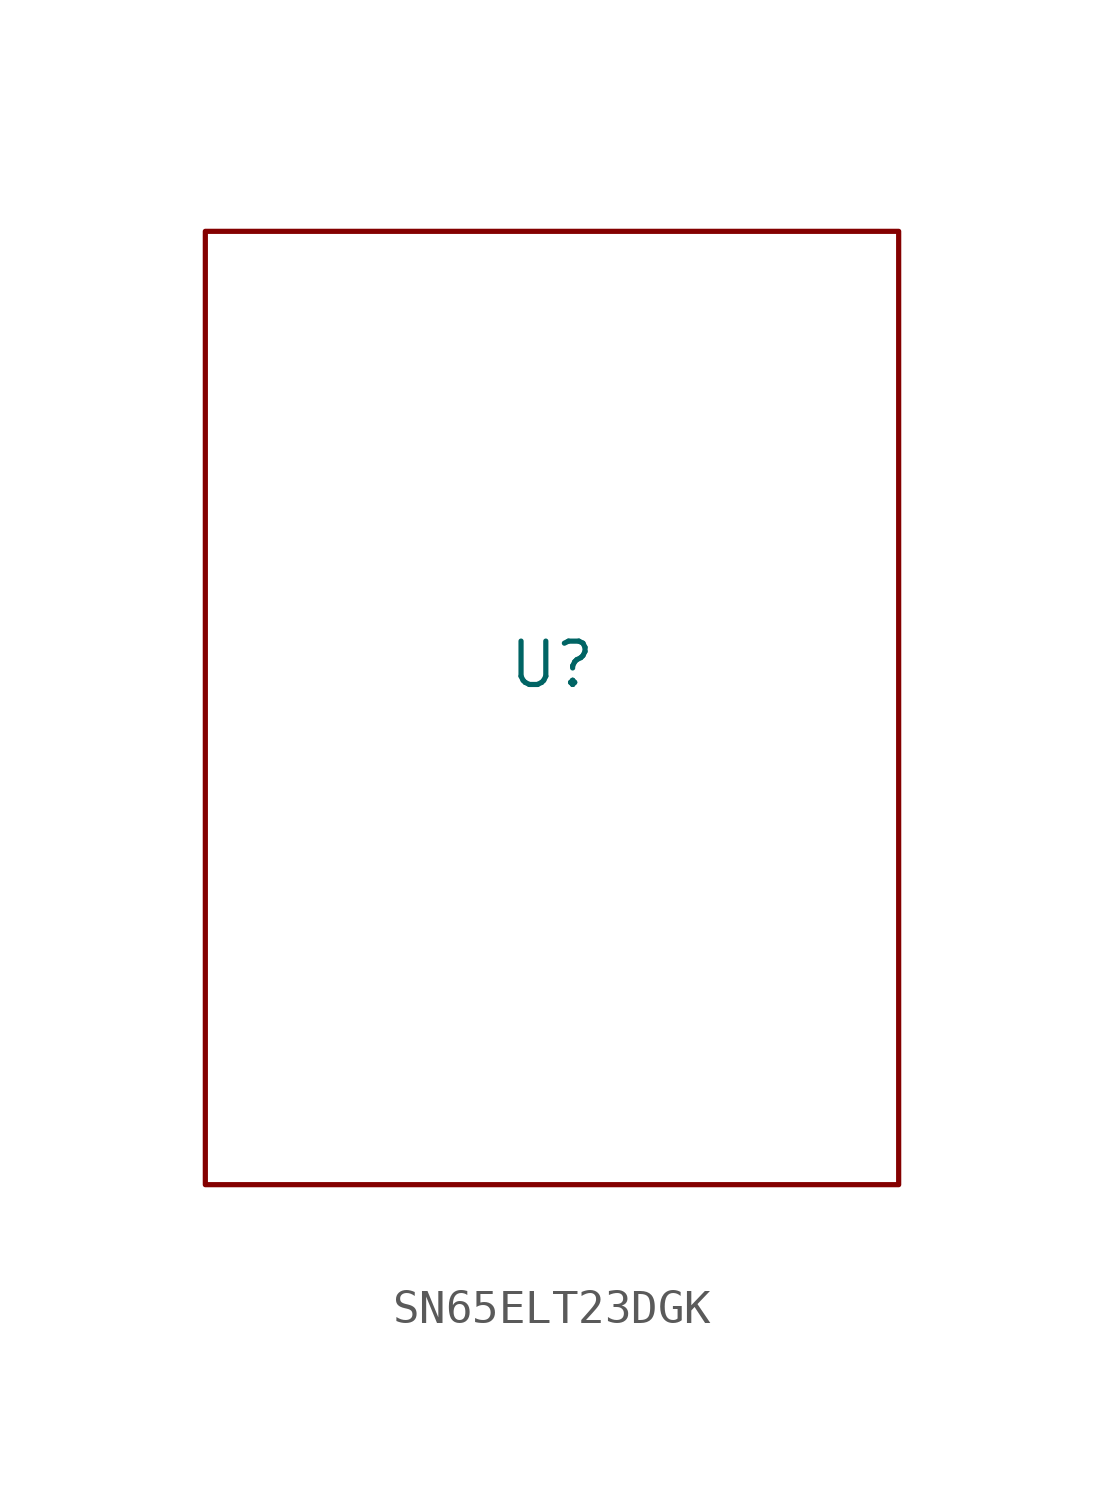
<source format=kicad_sym>
(kicad_symbol_lib
  (version 20220914)
  (generator kicad_symbol_editor)
  (symbol "SN65ELT23DGK"
    (property "Reference" "U"
      (at 0 0 0)
      (effects (font (size 1.27 1.27))))
    (property "Value" ""
      (at 0 0 0)
      (effects (font (size 1.27 1.27))))
    (symbol "SN65ELT23DGK_0_1"
      (rectangle (start -10.16 12.7) (end 10.16 -15.24) (stroke (width 0) (type default)) (fill (type none))))))
</source>
